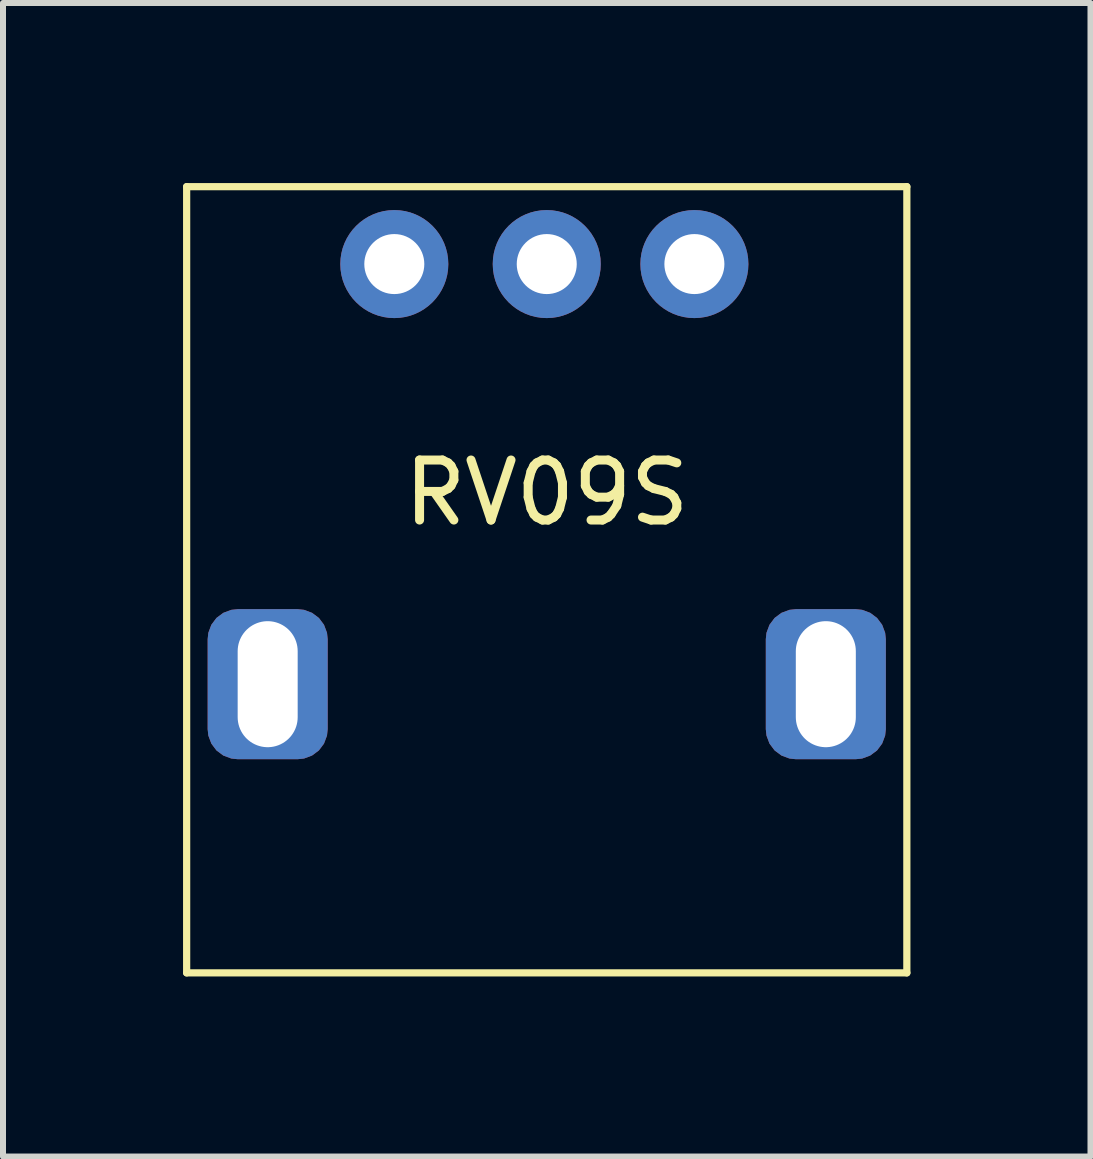
<source format=kicad_pcb>
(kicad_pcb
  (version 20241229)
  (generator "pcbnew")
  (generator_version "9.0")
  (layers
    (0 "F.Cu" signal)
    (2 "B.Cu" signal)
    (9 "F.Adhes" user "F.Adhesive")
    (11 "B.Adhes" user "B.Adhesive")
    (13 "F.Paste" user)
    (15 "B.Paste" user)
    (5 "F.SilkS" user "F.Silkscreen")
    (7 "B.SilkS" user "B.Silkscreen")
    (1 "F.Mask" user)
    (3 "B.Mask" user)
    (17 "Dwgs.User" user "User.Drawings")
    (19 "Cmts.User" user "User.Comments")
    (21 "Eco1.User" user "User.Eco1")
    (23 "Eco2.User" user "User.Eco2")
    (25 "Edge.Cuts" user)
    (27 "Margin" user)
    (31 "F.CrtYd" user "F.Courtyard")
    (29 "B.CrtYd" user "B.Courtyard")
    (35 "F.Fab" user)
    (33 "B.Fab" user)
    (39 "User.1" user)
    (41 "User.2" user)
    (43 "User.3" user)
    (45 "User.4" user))
  (footprint "RV09S"
    (layer "F.Cu")
    (at 6.06 5.16)
    (property "Reference" "RV09S" (at 0 0 0) (layer "F.SilkS") (effects (font (size 1 1) (thickness 0.15))))
    (attr through_hole)
    (fp_line (start -6 -5.1) (end -6 8) (stroke (width 0.12) (type solid)) (layer "F.SilkS"))
    (fp_line (start -6 -5.1) (end 6 -5.1) (stroke (width 0.12) (type solid)) (layer "F.SilkS"))
    (fp_line (start -6 8) (end 6 8) (stroke (width 0.12) (type solid)) (layer "F.SilkS"))
    (fp_line (start 6 -5.1) (end 6 8) (stroke (width 0.12) (type solid)) (layer "F.SilkS"))
    (pad "" np_thru_hole roundrect (at -4.65 3.19) (size 2 2.5) (drill oval 1 2.1) (layers "*.Cu" "*.Mask") (roundrect_rratio 0.25))
    (pad "" np_thru_hole roundrect (at 4.65 3.19) (size 2 2.5) (drill oval 1 2.1) (layers "*.Cu" "*.Mask") (roundrect_rratio 0.25))
    (pad "1" thru_hole circle (at 2.46 -3.81) (size 1.8 1.8) (drill 1) (layers "*.Cu" "*.Mask"))
    (pad "2" thru_hole circle (at 0 -3.81) (size 1.8 1.8) (drill 1) (layers "*.Cu" "*.Mask"))
    (pad "3" thru_hole circle (at -2.54 -3.81) (size 1.8 1.8) (drill 1) (layers "*.Cu" "*.Mask")))
  (gr_rect
    (start -3 -3)
    (end 15.12 16.22)
    (stroke (width 0.1) (type default))
    (fill no)
    (layer "Edge.Cuts")))
</source>
